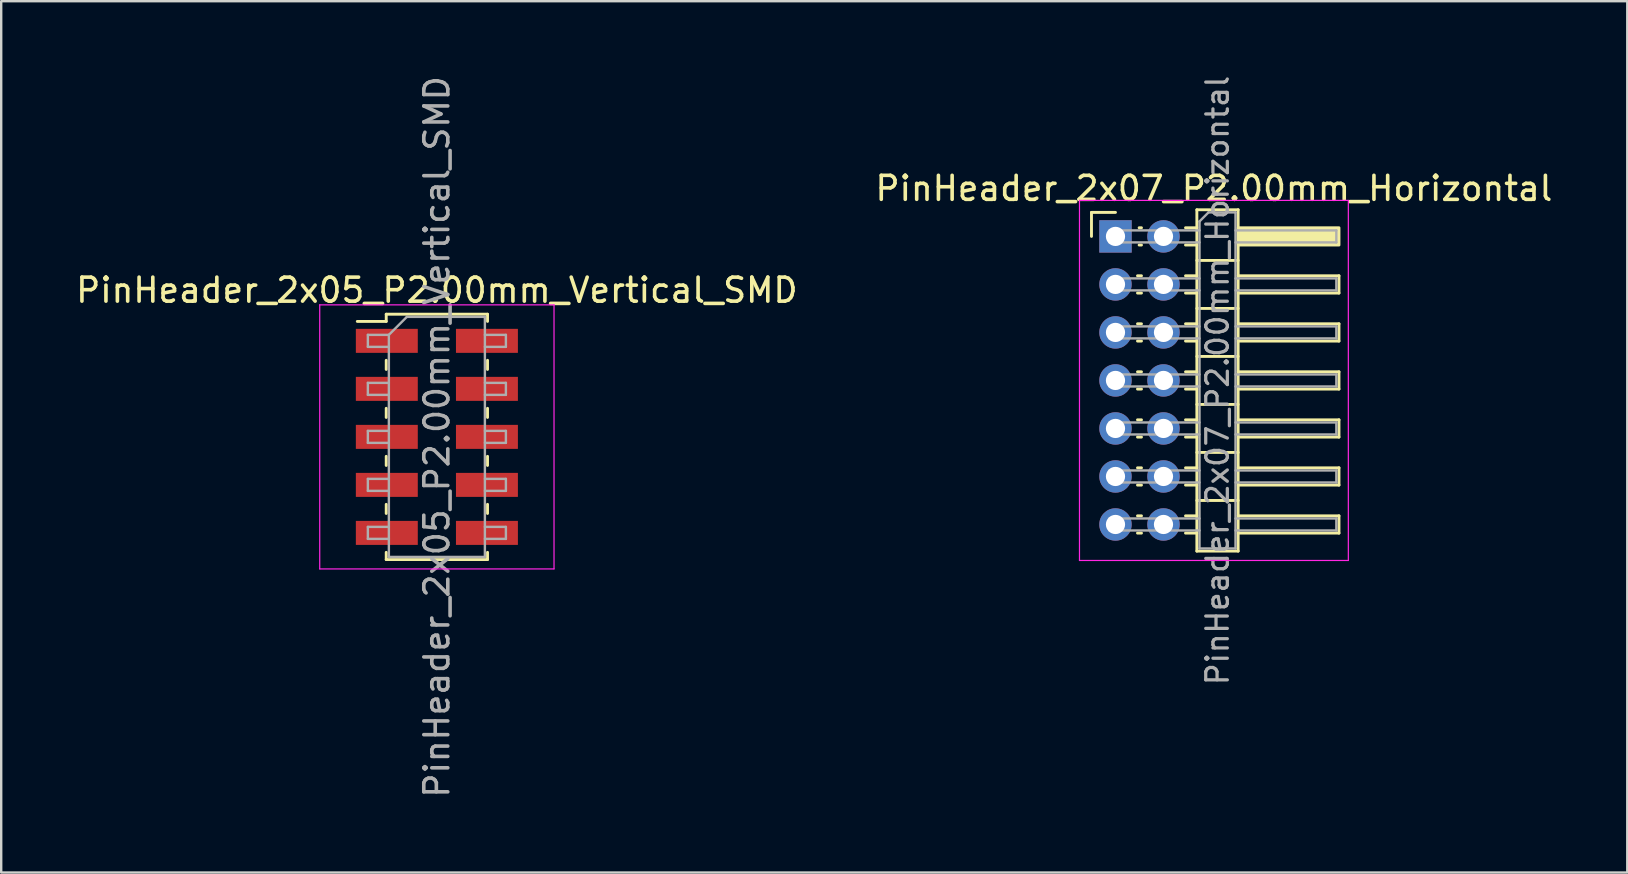
<source format=kicad_pcb>
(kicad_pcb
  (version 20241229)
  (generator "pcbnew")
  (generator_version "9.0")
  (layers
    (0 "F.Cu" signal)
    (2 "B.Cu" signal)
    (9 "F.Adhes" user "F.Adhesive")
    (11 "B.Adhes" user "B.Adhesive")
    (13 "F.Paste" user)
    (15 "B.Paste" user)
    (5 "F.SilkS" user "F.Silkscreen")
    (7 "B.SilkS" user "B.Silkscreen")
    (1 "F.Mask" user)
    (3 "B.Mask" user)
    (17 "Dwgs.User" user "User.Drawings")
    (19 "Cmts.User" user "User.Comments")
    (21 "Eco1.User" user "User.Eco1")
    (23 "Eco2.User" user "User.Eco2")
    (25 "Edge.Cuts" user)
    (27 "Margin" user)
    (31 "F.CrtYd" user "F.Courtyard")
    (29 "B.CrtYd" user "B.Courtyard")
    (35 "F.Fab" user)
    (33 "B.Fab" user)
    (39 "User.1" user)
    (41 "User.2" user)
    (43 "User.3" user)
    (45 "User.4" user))
  (footprint "PinHeader_2x05_P2.00mm_Vertical_SMD"
    (layer "F.Cu")
    (at 15.149 15.149)
    (property "Reference" "PinHeader_2x05_P2.00mm_Vertical_SMD" (at 0 -6.11 0) (layer "F.SilkS") (effects (font (size 1 1) (thickness 0.15))))
    (attr smd)
    (fp_line (start -3.315 -4.81) (end -2.11 -4.81) (stroke (width 0.12) (type solid)) (layer "F.SilkS"))
    (fp_line (start -2.11 -5.11) (end -2.11 -4.81) (stroke (width 0.12) (type solid)) (layer "F.SilkS"))
    (fp_line (start -2.11 -5.11) (end 2.11 -5.11) (stroke (width 0.12) (type solid)) (layer "F.SilkS"))
    (fp_line (start -2.11 -3.19) (end -2.11 -2.81) (stroke (width 0.12) (type solid)) (layer "F.SilkS"))
    (fp_line (start -2.11 -1.19) (end -2.11 -0.81) (stroke (width 0.12) (type solid)) (layer "F.SilkS"))
    (fp_line (start -2.11 0.81) (end -2.11 1.19) (stroke (width 0.12) (type solid)) (layer "F.SilkS"))
    (fp_line (start -2.11 2.81) (end -2.11 3.19) (stroke (width 0.12) (type solid)) (layer "F.SilkS"))
    (fp_line (start -2.11 4.81) (end -2.11 5.11) (stroke (width 0.12) (type solid)) (layer "F.SilkS"))
    (fp_line (start -2.11 5.11) (end 2.11 5.11) (stroke (width 0.12) (type solid)) (layer "F.SilkS"))
    (fp_line (start 2.11 -5.11) (end 2.11 -4.81) (stroke (width 0.12) (type solid)) (layer "F.SilkS"))
    (fp_line (start 2.11 -3.19) (end 2.11 -2.81) (stroke (width 0.12) (type solid)) (layer "F.SilkS"))
    (fp_line (start 2.11 -1.19) (end 2.11 -0.81) (stroke (width 0.12) (type solid)) (layer "F.SilkS"))
    (fp_line (start 2.11 0.81) (end 2.11 1.19) (stroke (width 0.12) (type solid)) (layer "F.SilkS"))
    (fp_line (start 2.11 2.81) (end 2.11 3.19) (stroke (width 0.12) (type solid)) (layer "F.SilkS"))
    (fp_line (start 2.11 4.81) (end 2.11 5.11) (stroke (width 0.12) (type solid)) (layer "F.SilkS"))
    (fp_line (start -4.88 -5.5) (end -4.88 5.5) (stroke (width 0.05) (type solid)) (layer "F.CrtYd"))
    (fp_line (start -4.88 5.5) (end 4.88 5.5) (stroke (width 0.05) (type solid)) (layer "F.CrtYd"))
    (fp_line (start 4.88 -5.5) (end -4.88 -5.5) (stroke (width 0.05) (type solid)) (layer "F.CrtYd"))
    (fp_line (start 4.88 5.5) (end 4.88 -5.5) (stroke (width 0.05) (type solid)) (layer "F.CrtYd"))
    (fp_line (start -2.875 -4.25) (end -2.875 -3.75) (stroke (width 0.1) (type solid)) (layer "F.Fab"))
    (fp_line (start -2.875 -3.75) (end -2 -3.75) (stroke (width 0.1) (type solid)) (layer "F.Fab"))
    (fp_line (start -2.875 -2.25) (end -2.875 -1.75) (stroke (width 0.1) (type solid)) (layer "F.Fab"))
    (fp_line (start -2.875 -1.75) (end -2 -1.75) (stroke (width 0.1) (type solid)) (layer "F.Fab"))
    (fp_line (start -2.875 -0.25) (end -2.875 0.25) (stroke (width 0.1) (type solid)) (layer "F.Fab"))
    (fp_line (start -2.875 0.25) (end -2 0.25) (stroke (width 0.1) (type solid)) (layer "F.Fab"))
    (fp_line (start -2.875 1.75) (end -2.875 2.25) (stroke (width 0.1) (type solid)) (layer "F.Fab"))
    (fp_line (start -2.875 2.25) (end -2 2.25) (stroke (width 0.1) (type solid)) (layer "F.Fab"))
    (fp_line (start -2.875 3.75) (end -2.875 4.25) (stroke (width 0.1) (type solid)) (layer "F.Fab"))
    (fp_line (start -2.875 4.25) (end -2 4.25) (stroke (width 0.1) (type solid)) (layer "F.Fab"))
    (fp_line (start -2 -4.25) (end -2.875 -4.25) (stroke (width 0.1) (type solid)) (layer "F.Fab"))
    (fp_line (start -2 -4.25) (end -1.25 -5) (stroke (width 0.1) (type solid)) (layer "F.Fab"))
    (fp_line (start -2 -2.25) (end -2.875 -2.25) (stroke (width 0.1) (type solid)) (layer "F.Fab"))
    (fp_line (start -2 -0.25) (end -2.875 -0.25) (stroke (width 0.1) (type solid)) (layer "F.Fab"))
    (fp_line (start -2 1.75) (end -2.875 1.75) (stroke (width 0.1) (type solid)) (layer "F.Fab"))
    (fp_line (start -2 3.75) (end -2.875 3.75) (stroke (width 0.1) (type solid)) (layer "F.Fab"))
    (fp_line (start -2 5) (end -2 -4.25) (stroke (width 0.1) (type solid)) (layer "F.Fab"))
    (fp_line (start -1.25 -5) (end 2 -5) (stroke (width 0.1) (type solid)) (layer "F.Fab"))
    (fp_line (start 2 -5) (end 2 5) (stroke (width 0.1) (type solid)) (layer "F.Fab"))
    (fp_line (start 2 -4.25) (end 2.875 -4.25) (stroke (width 0.1) (type solid)) (layer "F.Fab"))
    (fp_line (start 2 -2.25) (end 2.875 -2.25) (stroke (width 0.1) (type solid)) (layer "F.Fab"))
    (fp_line (start 2 -0.25) (end 2.875 -0.25) (stroke (width 0.1) (type solid)) (layer "F.Fab"))
    (fp_line (start 2 1.75) (end 2.875 1.75) (stroke (width 0.1) (type solid)) (layer "F.Fab"))
    (fp_line (start 2 3.75) (end 2.875 3.75) (stroke (width 0.1) (type solid)) (layer "F.Fab"))
    (fp_line (start 2 5) (end -2 5) (stroke (width 0.1) (type solid)) (layer "F.Fab"))
    (fp_line (start 2.875 -4.25) (end 2.875 -3.75) (stroke (width 0.1) (type solid)) (layer "F.Fab"))
    (fp_line (start 2.875 -3.75) (end 2 -3.75) (stroke (width 0.1) (type solid)) (layer "F.Fab"))
    (fp_line (start 2.875 -2.25) (end 2.875 -1.75) (stroke (width 0.1) (type solid)) (layer "F.Fab"))
    (fp_line (start 2.875 -1.75) (end 2 -1.75) (stroke (width 0.1) (type solid)) (layer "F.Fab"))
    (fp_line (start 2.875 -0.25) (end 2.875 0.25) (stroke (width 0.1) (type solid)) (layer "F.Fab"))
    (fp_line (start 2.875 0.25) (end 2 0.25) (stroke (width 0.1) (type solid)) (layer "F.Fab"))
    (fp_line (start 2.875 1.75) (end 2.875 2.25) (stroke (width 0.1) (type solid)) (layer "F.Fab"))
    (fp_line (start 2.875 2.25) (end 2 2.25) (stroke (width 0.1) (type solid)) (layer "F.Fab"))
    (fp_line (start 2.875 3.75) (end 2.875 4.25) (stroke (width 0.1) (type solid)) (layer "F.Fab"))
    (fp_line (start 2.875 4.25) (end 2 4.25) (stroke (width 0.1) (type solid)) (layer "F.Fab"))
    (fp_text user "${REFERENCE}" (at 0 0 90) (layer "F.Fab") (effects (font (size 1 1) (thickness 0.15))))
    (pad "1" smd rect (at -2.085 -4) (size 2.58 1) (layers "F.Cu" "F.Mask" "F.Paste"))
    (pad "2" smd rect (at 2.085 -4) (size 2.58 1) (layers "F.Cu" "F.Mask" "F.Paste"))
    (pad "3" smd rect (at -2.085 -2) (size 2.58 1) (layers "F.Cu" "F.Mask" "F.Paste"))
    (pad "4" smd rect (at 2.085 -2) (size 2.58 1) (layers "F.Cu" "F.Mask" "F.Paste"))
    (pad "5" smd rect (at -2.085 0) (size 2.58 1) (layers "F.Cu" "F.Mask" "F.Paste"))
    (pad "6" smd rect (at 2.085 0) (size 2.58 1) (layers "F.Cu" "F.Mask" "F.Paste"))
    (pad "7" smd rect (at -2.085 2) (size 2.58 1) (layers "F.Cu" "F.Mask" "F.Paste"))
    (pad "8" smd rect (at 2.085 2) (size 2.58 1) (layers "F.Cu" "F.Mask" "F.Paste"))
    (pad "9" smd rect (at -2.085 4) (size 2.58 1) (layers "F.Cu" "F.Mask" "F.Paste"))
    (pad "10" smd rect (at 2.085 4) (size 2.58 1) (layers "F.Cu" "F.Mask" "F.Paste")))
  (footprint "PinHeader_2x07_P2.00mm_Horizontal"
    (layer "F.Cu")
    (at 43.418 6.798)
    (property "Reference" "PinHeader_2x07_P2.00mm_Horizontal" (at 4.1 -2 0) (layer "F.SilkS") (effects (font (size 1 1) (thickness 0.15))))
    (attr through_hole)
    (fp_line (start -1 -1) (end 0 -1) (stroke (width 0.12) (type solid)) (layer "F.SilkS"))
    (fp_line (start -1 0) (end -1 -1) (stroke (width 0.12) (type solid)) (layer "F.SilkS"))
    (fp_line (start 0.917 1.64) (end 1.083 1.64) (stroke (width 0.12) (type solid)) (layer "F.SilkS"))
    (fp_line (start 0.917 2.36) (end 1.083 2.36) (stroke (width 0.12) (type solid)) (layer "F.SilkS"))
    (fp_line (start 0.917 3.64) (end 1.083 3.64) (stroke (width 0.12) (type solid)) (layer "F.SilkS"))
    (fp_line (start 0.917 4.36) (end 1.083 4.36) (stroke (width 0.12) (type solid)) (layer "F.SilkS"))
    (fp_line (start 0.917 5.64) (end 1.083 5.64) (stroke (width 0.12) (type solid)) (layer "F.SilkS"))
    (fp_line (start 0.917 6.36) (end 1.083 6.36) (stroke (width 0.12) (type solid)) (layer "F.SilkS"))
    (fp_line (start 0.917 7.64) (end 1.083 7.64) (stroke (width 0.12) (type solid)) (layer "F.SilkS"))
    (fp_line (start 0.917 8.36) (end 1.083 8.36) (stroke (width 0.12) (type solid)) (layer "F.SilkS"))
    (fp_line (start 0.917 9.64) (end 1.083 9.64) (stroke (width 0.12) (type solid)) (layer "F.SilkS"))
    (fp_line (start 0.917 10.36) (end 1.083 10.36) (stroke (width 0.12) (type solid)) (layer "F.SilkS"))
    (fp_line (start 0.917 11.64) (end 1.083 11.64) (stroke (width 0.12) (type solid)) (layer "F.SilkS"))
    (fp_line (start 0.917 12.36) (end 1.083 12.36) (stroke (width 0.12) (type solid)) (layer "F.SilkS"))
    (fp_line (start 0.985 -0.36) (end 1.083 -0.36) (stroke (width 0.12) (type solid)) (layer "F.SilkS"))
    (fp_line (start 0.985 0.36) (end 1.083 0.36) (stroke (width 0.12) (type solid)) (layer "F.SilkS"))
    (fp_line (start 2.917 -0.36) (end 3.39 -0.36) (stroke (width 0.12) (type solid)) (layer "F.SilkS"))
    (fp_line (start 2.917 0.36) (end 3.39 0.36) (stroke (width 0.12) (type solid)) (layer "F.SilkS"))
    (fp_line (start 2.917 1.64) (end 3.39 1.64) (stroke (width 0.12) (type solid)) (layer "F.SilkS"))
    (fp_line (start 2.917 2.36) (end 3.39 2.36) (stroke (width 0.12) (type solid)) (layer "F.SilkS"))
    (fp_line (start 2.917 3.64) (end 3.39 3.64) (stroke (width 0.12) (type solid)) (layer "F.SilkS"))
    (fp_line (start 2.917 4.36) (end 3.39 4.36) (stroke (width 0.12) (type solid)) (layer "F.SilkS"))
    (fp_line (start 2.917 5.64) (end 3.39 5.64) (stroke (width 0.12) (type solid)) (layer "F.SilkS"))
    (fp_line (start 2.917 6.36) (end 3.39 6.36) (stroke (width 0.12) (type solid)) (layer "F.SilkS"))
    (fp_line (start 2.917 7.64) (end 3.39 7.64) (stroke (width 0.12) (type solid)) (layer "F.SilkS"))
    (fp_line (start 2.917 8.36) (end 3.39 8.36) (stroke (width 0.12) (type solid)) (layer "F.SilkS"))
    (fp_line (start 2.917 9.64) (end 3.39 9.64) (stroke (width 0.12) (type solid)) (layer "F.SilkS"))
    (fp_line (start 2.917 10.36) (end 3.39 10.36) (stroke (width 0.12) (type solid)) (layer "F.SilkS"))
    (fp_line (start 2.917 11.64) (end 3.39 11.64) (stroke (width 0.12) (type solid)) (layer "F.SilkS"))
    (fp_line (start 2.917 12.36) (end 3.39 12.36) (stroke (width 0.12) (type solid)) (layer "F.SilkS"))
    (fp_line (start 3.39 -1.11) (end 3.39 13.11) (stroke (width 0.12) (type solid)) (layer "F.SilkS"))
    (fp_line (start 3.39 1) (end 5.11 1) (stroke (width 0.12) (type solid)) (layer "F.SilkS"))
    (fp_line (start 3.39 3) (end 5.11 3) (stroke (width 0.12) (type solid)) (layer "F.SilkS"))
    (fp_line (start 3.39 5) (end 5.11 5) (stroke (width 0.12) (type solid)) (layer "F.SilkS"))
    (fp_line (start 3.39 7) (end 5.11 7) (stroke (width 0.12) (type solid)) (layer "F.SilkS"))
    (fp_line (start 3.39 9) (end 5.11 9) (stroke (width 0.12) (type solid)) (layer "F.SilkS"))
    (fp_line (start 3.39 11) (end 5.11 11) (stroke (width 0.12) (type solid)) (layer "F.SilkS"))
    (fp_line (start 3.39 13.11) (end 5.11 13.11) (stroke (width 0.12) (type solid)) (layer "F.SilkS"))
    (fp_line (start 5.11 -1.11) (end 3.39 -1.11) (stroke (width 0.12) (type solid)) (layer "F.SilkS"))
    (fp_line (start 5.11 1.64) (end 9.31 1.64) (stroke (width 0.12) (type solid)) (layer "F.SilkS"))
    (fp_line (start 5.11 3.64) (end 9.31 3.64) (stroke (width 0.12) (type solid)) (layer "F.SilkS"))
    (fp_line (start 5.11 5.64) (end 9.31 5.64) (stroke (width 0.12) (type solid)) (layer "F.SilkS"))
    (fp_line (start 5.11 7.64) (end 9.31 7.64) (stroke (width 0.12) (type solid)) (layer "F.SilkS"))
    (fp_line (start 5.11 9.64) (end 9.31 9.64) (stroke (width 0.12) (type solid)) (layer "F.SilkS"))
    (fp_line (start 5.11 11.64) (end 9.31 11.64) (stroke (width 0.12) (type solid)) (layer "F.SilkS"))
    (fp_line (start 5.11 13.11) (end 5.11 -1.11) (stroke (width 0.12) (type solid)) (layer "F.SilkS"))
    (fp_line (start 9.31 1.64) (end 9.31 2.36) (stroke (width 0.12) (type solid)) (layer "F.SilkS"))
    (fp_line (start 9.31 2.36) (end 5.11 2.36) (stroke (width 0.12) (type solid)) (layer "F.SilkS"))
    (fp_line (start 9.31 3.64) (end 9.31 4.36) (stroke (width 0.12) (type solid)) (layer "F.SilkS"))
    (fp_line (start 9.31 4.36) (end 5.11 4.36) (stroke (width 0.12) (type solid)) (layer "F.SilkS"))
    (fp_line (start 9.31 5.64) (end 9.31 6.36) (stroke (width 0.12) (type solid)) (layer "F.SilkS"))
    (fp_line (start 9.31 6.36) (end 5.11 6.36) (stroke (width 0.12) (type solid)) (layer "F.SilkS"))
    (fp_line (start 9.31 7.64) (end 9.31 8.36) (stroke (width 0.12) (type solid)) (layer "F.SilkS"))
    (fp_line (start 9.31 8.36) (end 5.11 8.36) (stroke (width 0.12) (type solid)) (layer "F.SilkS"))
    (fp_line (start 9.31 9.64) (end 9.31 10.36) (stroke (width 0.12) (type solid)) (layer "F.SilkS"))
    (fp_line (start 9.31 10.36) (end 5.11 10.36) (stroke (width 0.12) (type solid)) (layer "F.SilkS"))
    (fp_line (start 9.31 11.64) (end 9.31 12.36) (stroke (width 0.12) (type solid)) (layer "F.SilkS"))
    (fp_line (start 9.31 12.36) (end 5.11 12.36) (stroke (width 0.12) (type solid)) (layer "F.SilkS"))
    (fp_rect (start 5.11 -0.36) (end 9.31 0.36) (stroke (width 0.12) (type solid)) (fill yes) (layer "F.SilkS"))
    (fp_line (start -1.5 -1.5) (end -1.5 13.5) (stroke (width 0.05) (type solid)) (layer "F.CrtYd"))
    (fp_line (start -1.5 13.5) (end 9.7 13.5) (stroke (width 0.05) (type solid)) (layer "F.CrtYd"))
    (fp_line (start 9.7 -1.5) (end -1.5 -1.5) (stroke (width 0.05) (type solid)) (layer "F.CrtYd"))
    (fp_line (start 9.7 13.5) (end 9.7 -1.5) (stroke (width 0.05) (type solid)) (layer "F.CrtYd"))
    (fp_line (start -0.25 -0.25) (end -0.25 0.25) (stroke (width 0.1) (type solid)) (layer "F.Fab"))
    (fp_line (start -0.25 -0.25) (end 3.5 -0.25) (stroke (width 0.1) (type solid)) (layer "F.Fab"))
    (fp_line (start -0.25 0.25) (end 3.5 0.25) (stroke (width 0.1) (type solid)) (layer "F.Fab"))
    (fp_line (start -0.25 1.75) (end -0.25 2.25) (stroke (width 0.1) (type solid)) (layer "F.Fab"))
    (fp_line (start -0.25 1.75) (end 3.5 1.75) (stroke (width 0.1) (type solid)) (layer "F.Fab"))
    (fp_line (start -0.25 2.25) (end 3.5 2.25) (stroke (width 0.1) (type solid)) (layer "F.Fab"))
    (fp_line (start -0.25 3.75) (end -0.25 4.25) (stroke (width 0.1) (type solid)) (layer "F.Fab"))
    (fp_line (start -0.25 3.75) (end 3.5 3.75) (stroke (width 0.1) (type solid)) (layer "F.Fab"))
    (fp_line (start -0.25 4.25) (end 3.5 4.25) (stroke (width 0.1) (type solid)) (layer "F.Fab"))
    (fp_line (start -0.25 5.75) (end -0.25 6.25) (stroke (width 0.1) (type solid)) (layer "F.Fab"))
    (fp_line (start -0.25 5.75) (end 3.5 5.75) (stroke (width 0.1) (type solid)) (layer "F.Fab"))
    (fp_line (start -0.25 6.25) (end 3.5 6.25) (stroke (width 0.1) (type solid)) (layer "F.Fab"))
    (fp_line (start -0.25 7.75) (end -0.25 8.25) (stroke (width 0.1) (type solid)) (layer "F.Fab"))
    (fp_line (start -0.25 7.75) (end 3.5 7.75) (stroke (width 0.1) (type solid)) (layer "F.Fab"))
    (fp_line (start -0.25 8.25) (end 3.5 8.25) (stroke (width 0.1) (type solid)) (layer "F.Fab"))
    (fp_line (start -0.25 9.75) (end -0.25 10.25) (stroke (width 0.1) (type solid)) (layer "F.Fab"))
    (fp_line (start -0.25 9.75) (end 3.5 9.75) (stroke (width 0.1) (type solid)) (layer "F.Fab"))
    (fp_line (start -0.25 10.25) (end 3.5 10.25) (stroke (width 0.1) (type solid)) (layer "F.Fab"))
    (fp_line (start -0.25 11.75) (end -0.25 12.25) (stroke (width 0.1) (type solid)) (layer "F.Fab"))
    (fp_line (start -0.25 11.75) (end 3.5 11.75) (stroke (width 0.1) (type solid)) (layer "F.Fab"))
    (fp_line (start -0.25 12.25) (end 3.5 12.25) (stroke (width 0.1) (type solid)) (layer "F.Fab"))
    (fp_line (start 3.5 -0.625) (end 3.875 -1) (stroke (width 0.1) (type solid)) (layer "F.Fab"))
    (fp_line (start 3.5 13) (end 3.5 -0.625) (stroke (width 0.1) (type solid)) (layer "F.Fab"))
    (fp_line (start 3.875 -1) (end 5 -1) (stroke (width 0.1) (type solid)) (layer "F.Fab"))
    (fp_line (start 5 -1) (end 5 13) (stroke (width 0.1) (type solid)) (layer "F.Fab"))
    (fp_line (start 5 -0.25) (end 9.2 -0.25) (stroke (width 0.1) (type solid)) (layer "F.Fab"))
    (fp_line (start 5 0.25) (end 9.2 0.25) (stroke (width 0.1) (type solid)) (layer "F.Fab"))
    (fp_line (start 5 1.75) (end 9.2 1.75) (stroke (width 0.1) (type solid)) (layer "F.Fab"))
    (fp_line (start 5 2.25) (end 9.2 2.25) (stroke (width 0.1) (type solid)) (layer "F.Fab"))
    (fp_line (start 5 3.75) (end 9.2 3.75) (stroke (width 0.1) (type solid)) (layer "F.Fab"))
    (fp_line (start 5 4.25) (end 9.2 4.25) (stroke (width 0.1) (type solid)) (layer "F.Fab"))
    (fp_line (start 5 5.75) (end 9.2 5.75) (stroke (width 0.1) (type solid)) (layer "F.Fab"))
    (fp_line (start 5 6.25) (end 9.2 6.25) (stroke (width 0.1) (type solid)) (layer "F.Fab"))
    (fp_line (start 5 7.75) (end 9.2 7.75) (stroke (width 0.1) (type solid)) (layer "F.Fab"))
    (fp_line (start 5 8.25) (end 9.2 8.25) (stroke (width 0.1) (type solid)) (layer "F.Fab"))
    (fp_line (start 5 9.75) (end 9.2 9.75) (stroke (width 0.1) (type solid)) (layer "F.Fab"))
    (fp_line (start 5 10.25) (end 9.2 10.25) (stroke (width 0.1) (type solid)) (layer "F.Fab"))
    (fp_line (start 5 11.75) (end 9.2 11.75) (stroke (width 0.1) (type solid)) (layer "F.Fab"))
    (fp_line (start 5 12.25) (end 9.2 12.25) (stroke (width 0.1) (type solid)) (layer "F.Fab"))
    (fp_line (start 5 13) (end 3.5 13) (stroke (width 0.1) (type solid)) (layer "F.Fab"))
    (fp_line (start 9.2 -0.25) (end 9.2 0.25) (stroke (width 0.1) (type solid)) (layer "F.Fab"))
    (fp_line (start 9.2 1.75) (end 9.2 2.25) (stroke (width 0.1) (type solid)) (layer "F.Fab"))
    (fp_line (start 9.2 3.75) (end 9.2 4.25) (stroke (width 0.1) (type solid)) (layer "F.Fab"))
    (fp_line (start 9.2 5.75) (end 9.2 6.25) (stroke (width 0.1) (type solid)) (layer "F.Fab"))
    (fp_line (start 9.2 7.75) (end 9.2 8.25) (stroke (width 0.1) (type solid)) (layer "F.Fab"))
    (fp_line (start 9.2 9.75) (end 9.2 10.25) (stroke (width 0.1) (type solid)) (layer "F.Fab"))
    (fp_line (start 9.2 11.75) (end 9.2 12.25) (stroke (width 0.1) (type solid)) (layer "F.Fab"))
    (fp_text user "${REFERENCE}" (at 4.25 6 90) (layer "F.Fab") (effects (font (size 0.9 0.9) (thickness 0.135))))
    (pad "1" thru_hole rect (at 0 0) (size 1.35 1.35) (drill 0.8) (layers "*.Cu" "*.Mask"))
    (pad "2" thru_hole circle (at 2 0) (size 1.35 1.35) (drill 0.8) (layers "*.Cu" "*.Mask"))
    (pad "3" thru_hole circle (at 0 2) (size 1.35 1.35) (drill 0.8) (layers "*.Cu" "*.Mask"))
    (pad "4" thru_hole circle (at 2 2) (size 1.35 1.35) (drill 0.8) (layers "*.Cu" "*.Mask"))
    (pad "5" thru_hole circle (at 0 4) (size 1.35 1.35) (drill 0.8) (layers "*.Cu" "*.Mask"))
    (pad "6" thru_hole circle (at 2 4) (size 1.35 1.35) (drill 0.8) (layers "*.Cu" "*.Mask"))
    (pad "7" thru_hole circle (at 0 6) (size 1.35 1.35) (drill 0.8) (layers "*.Cu" "*.Mask"))
    (pad "8" thru_hole circle (at 2 6) (size 1.35 1.35) (drill 0.8) (layers "*.Cu" "*.Mask"))
    (pad "9" thru_hole circle (at 0 8) (size 1.35 1.35) (drill 0.8) (layers "*.Cu" "*.Mask"))
    (pad "10" thru_hole circle (at 2 8) (size 1.35 1.35) (drill 0.8) (layers "*.Cu" "*.Mask"))
    (pad "11" thru_hole circle (at 0 10) (size 1.35 1.35) (drill 0.8) (layers "*.Cu" "*.Mask"))
    (pad "12" thru_hole circle (at 2 10) (size 1.35 1.35) (drill 0.8) (layers "*.Cu" "*.Mask"))
    (pad "13" thru_hole circle (at 0 12) (size 1.35 1.35) (drill 0.8) (layers "*.Cu" "*.Mask"))
    (pad "14" thru_hole circle (at 2 12) (size 1.35 1.35) (drill 0.8) (layers "*.Cu" "*.Mask")))
  (gr_rect
    (start -3 -3)
    (end 64.738 33.298)
    (stroke (width 0.1) (type default))
    (fill no)
    (layer "Edge.Cuts")))
</source>
